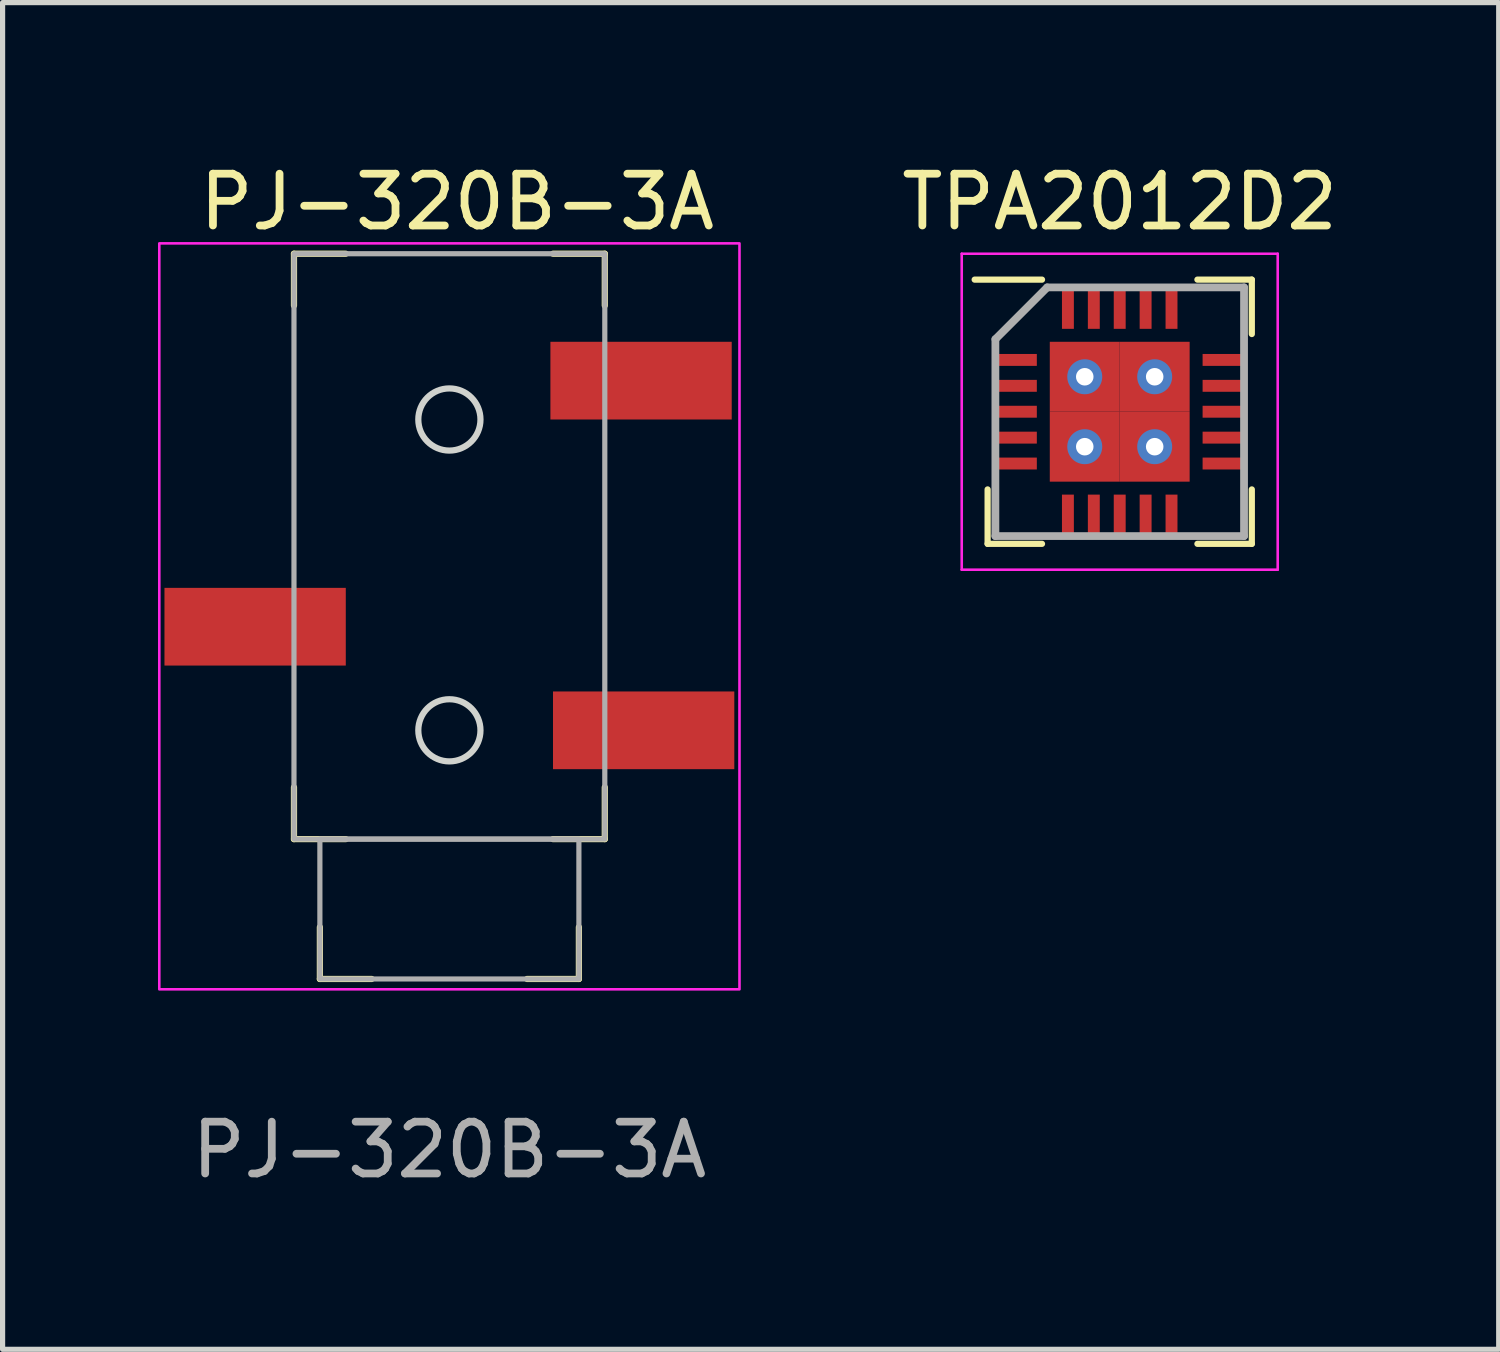
<source format=kicad_pcb>
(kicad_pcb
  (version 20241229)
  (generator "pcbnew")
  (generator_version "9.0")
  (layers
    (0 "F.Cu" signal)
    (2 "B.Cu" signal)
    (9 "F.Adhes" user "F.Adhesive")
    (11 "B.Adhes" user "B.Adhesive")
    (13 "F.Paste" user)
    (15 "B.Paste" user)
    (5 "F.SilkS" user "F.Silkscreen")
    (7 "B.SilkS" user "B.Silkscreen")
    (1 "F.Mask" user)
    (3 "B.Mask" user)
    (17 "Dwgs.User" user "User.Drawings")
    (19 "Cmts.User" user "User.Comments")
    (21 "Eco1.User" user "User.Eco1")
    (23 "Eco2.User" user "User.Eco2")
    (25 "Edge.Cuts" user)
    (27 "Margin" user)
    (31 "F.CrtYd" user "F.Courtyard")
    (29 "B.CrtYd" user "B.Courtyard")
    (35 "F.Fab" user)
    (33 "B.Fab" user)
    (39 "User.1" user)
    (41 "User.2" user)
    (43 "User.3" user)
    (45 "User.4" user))
  (footprint "TPA2012D2"
    (layer "F.Cu")
    (at 18.565 4.898)
    (property "Reference" "TPA2012D2" (at 0 -4.05 0) (layer "F.SilkS") (effects (font (size 1 1) (thickness 0.15))))
    (attr smd)
    (fp_line (start -2.55 2.55) (end -2.55 1.5) (stroke (width 0.12) (type solid)) (layer "F.SilkS"))
    (fp_line (start -1.5 -2.55) (end -2.8 -2.55) (stroke (width 0.12) (type solid)) (layer "F.SilkS"))
    (fp_line (start -1.5 2.55) (end -2.55 2.55) (stroke (width 0.12) (type solid)) (layer "F.SilkS"))
    (fp_line (start 1.5 -2.55) (end 2.55 -2.55) (stroke (width 0.12) (type solid)) (layer "F.SilkS"))
    (fp_line (start 1.5 2.55) (end 2.55 2.55) (stroke (width 0.12) (type solid)) (layer "F.SilkS"))
    (fp_line (start 2.55 -2.55) (end 2.55 -1.5) (stroke (width 0.12) (type solid)) (layer "F.SilkS"))
    (fp_line (start 2.55 2.55) (end 2.55 1.5) (stroke (width 0.12) (type solid)) (layer "F.SilkS"))
    (fp_line (start -3.05 -3.05) (end 3.05 -3.05) (stroke (width 0.05) (type solid)) (layer "F.CrtYd"))
    (fp_line (start -3.05 3.05) (end -3.05 -3.05) (stroke (width 0.05) (type solid)) (layer "F.CrtYd"))
    (fp_line (start 3.05 -3.05) (end 3.05 3.05) (stroke (width 0.05) (type solid)) (layer "F.CrtYd"))
    (fp_line (start 3.05 3.05) (end -3.05 3.05) (stroke (width 0.05) (type solid)) (layer "F.CrtYd"))
    (fp_line (start -2.4 -1.4) (end -2.4 2.4) (stroke (width 0.15) (type solid)) (layer "F.Fab"))
    (fp_line (start -2.4 2.4) (end 2.4 2.4) (stroke (width 0.15) (type solid)) (layer "F.Fab"))
    (fp_line (start -1.4 -2.4) (end -2.4 -1.4) (stroke (width 0.15) (type solid)) (layer "F.Fab"))
    (fp_line (start 2.4 -2.4) (end -1.4 -2.4) (stroke (width 0.15) (type solid)) (layer "F.Fab"))
    (fp_line (start 2.4 2.4) (end 2.4 -2.4) (stroke (width 0.15) (type solid)) (layer "F.Fab"))
    (pad "1" smd rect (at -2 -1 90) (size 0.23 0.8) (layers "F.Cu" "F.Mask" "F.Paste"))
    (pad "2" smd rect (at -2 -0.5 90) (size 0.23 0.8) (layers "F.Cu" "F.Mask" "F.Paste"))
    (pad "3" smd rect (at -2 0 90) (size 0.23 0.8) (layers "F.Cu" "F.Mask" "F.Paste"))
    (pad "4" smd rect (at -2 0.5 90) (size 0.23 0.8) (layers "F.Cu" "F.Mask" "F.Paste"))
    (pad "5" smd rect (at -2 1 90) (size 0.23 0.8) (layers "F.Cu" "F.Mask" "F.Paste"))
    (pad "6" smd rect (at -1 2) (size 0.23 0.8) (layers "F.Cu" "F.Mask" "F.Paste"))
    (pad "7" smd rect (at -0.5 2) (size 0.23 0.8) (layers "F.Cu" "F.Mask" "F.Paste"))
    (pad "8" smd rect (at 0 2) (size 0.23 0.8) (layers "F.Cu" "F.Mask" "F.Paste"))
    (pad "9" smd rect (at 0.5 2) (size 0.23 0.8) (layers "F.Cu" "F.Mask" "F.Paste"))
    (pad "10" smd rect (at 1 2) (size 0.23 0.8) (layers "F.Cu" "F.Mask" "F.Paste"))
    (pad "11" smd rect (at 2 1 90) (size 0.23 0.8) (layers "F.Cu" "F.Mask" "F.Paste"))
    (pad "12" smd rect (at 2 0.5 90) (size 0.23 0.8) (layers "F.Cu" "F.Mask" "F.Paste"))
    (pad "13" smd rect (at 2 0 90) (size 0.23 0.8) (layers "F.Cu" "F.Mask" "F.Paste"))
    (pad "14" smd rect (at 2 -0.5 90) (size 0.23 0.8) (layers "F.Cu" "F.Mask" "F.Paste"))
    (pad "15" smd rect (at 2 -1 90) (size 0.23 0.8) (layers "F.Cu" "F.Mask" "F.Paste"))
    (pad "16" smd rect (at 1 -2) (size 0.23 0.8) (layers "F.Cu" "F.Mask" "F.Paste"))
    (pad "17" smd rect (at 0.5 -2) (size 0.23 0.8) (layers "F.Cu" "F.Mask" "F.Paste"))
    (pad "18" thru_hole circle (at -0.675 -0.675) (size 0.675 0.675) (drill 0.338) (layers "*.Cu" "*.Mask"))
    (pad "18" smd rect (at -0.675 -0.675) (size 1.35 1.35) (layers "F.Cu" "F.Mask" "F.Paste"))
    (pad "18" thru_hole circle (at -0.675 0.675) (size 0.675 0.675) (drill 0.338) (layers "*.Cu" "*.Mask"))
    (pad "18" smd rect (at -0.675 0.675) (size 1.35 1.35) (layers "F.Cu" "F.Mask" "F.Paste"))
    (pad "18" smd rect (at 0 -2) (size 0.23 0.8) (layers "F.Cu" "F.Mask" "F.Paste"))
    (pad "18" thru_hole circle (at 0.675 -0.675) (size 0.675 0.675) (drill 0.338) (layers "*.Cu" "*.Mask"))
    (pad "18" smd rect (at 0.675 -0.675) (size 1.35 1.35) (layers "F.Cu" "F.Mask" "F.Paste"))
    (pad "18" thru_hole circle (at 0.675 0.675) (size 0.675 0.675) (drill 0.338) (layers "*.Cu" "*.Mask"))
    (pad "18" smd rect (at 0.675 0.675) (size 1.35 1.35) (layers "F.Cu" "F.Mask" "F.Paste"))
    (pad "19" smd rect (at -0.5 -2) (size 0.23 0.8) (layers "F.Cu" "F.Mask" "F.Paste"))
    (pad "20" smd rect (at -1 -2) (size 0.23 0.8) (layers "F.Cu" "F.Mask" "F.Paste")))
  (footprint "PJ-320B-3A"
    (layer "F.Cu")
    (at 5.625 13.148)
    (property "Reference" "PJ-320B-3A" (at 0.15 -12.3 0) (unlocked yes) (layer "F.SilkS") (effects (font (size 1 1) (thickness 0.15))))
    (attr smd)
    (fp_line (start -3 -11.3) (end -2 -11.3) (stroke (width 0.12) (type solid)) (layer "F.SilkS"))
    (fp_line (start -3 -10.3) (end -3 -11.3) (stroke (width 0.12) (type solid)) (layer "F.SilkS"))
    (fp_line (start -3 -1) (end -3 0) (stroke (width 0.12) (type solid)) (layer "F.SilkS"))
    (fp_line (start -3 0) (end -2 0) (stroke (width 0.12) (type solid)) (layer "F.SilkS"))
    (fp_line (start -2.5 1.7) (end -2.5 2.7) (stroke (width 0.12) (type solid)) (layer "F.SilkS"))
    (fp_line (start -2.5 2.7) (end -1.5 2.7) (stroke (width 0.12) (type solid)) (layer "F.SilkS"))
    (fp_line (start 2 -11.3) (end 3 -11.3) (stroke (width 0.12) (type solid)) (layer "F.SilkS"))
    (fp_line (start 2.5 1.7) (end 2.5 2.7) (stroke (width 0.12) (type solid)) (layer "F.SilkS"))
    (fp_line (start 2.5 2.7) (end 1.5 2.7) (stroke (width 0.12) (type solid)) (layer "F.SilkS"))
    (fp_line (start 3 -11.3) (end 3 -10.3) (stroke (width 0.12) (type solid)) (layer "F.SilkS"))
    (fp_line (start 3 -1) (end 3 0) (stroke (width 0.12) (type solid)) (layer "F.SilkS"))
    (fp_line (start 3 0) (end 2 0) (stroke (width 0.12) (type solid)) (layer "F.SilkS"))
    (fp_circle (center 0 -8.1) (end 0.6 -8.1) (stroke (width 0.12) (type solid)) (fill no) (layer "Edge.Cuts"))
    (fp_circle (center 0 -2.1) (end 0.6 -2.1) (stroke (width 0.12) (type solid)) (fill no) (layer "Edge.Cuts"))
    (fp_rect (start -5.6 -11.5) (end 5.6 2.9) (stroke (width 0.05) (type solid)) (fill no) (layer "F.CrtYd"))
    (fp_rect (start -3 0) (end 3 -11.3) (stroke (width 0.1) (type solid)) (fill no) (layer "F.Fab"))
    (fp_rect (start -2.5 0) (end 2.5 2.7) (stroke (width 0.1) (type solid)) (fill no) (layer "F.Fab"))
    (fp_text user "${REFERENCE}" (at 0 6 0) (unlocked yes) (layer "F.Fab") (effects (font (size 1 1) (thickness 0.15))))
    (pad "R" smd rect (at -3.75 -4.1) (size 3.5 1.5) (layers "F.Cu" "F.Mask" "F.Paste"))
    (pad "S" smd rect (at 3.75 -2.1) (size 3.5 1.5) (layers "F.Cu" "F.Mask" "F.Paste"))
    (pad "T" smd rect (at 3.7 -8.85) (size 3.5 1.5) (layers "F.Cu" "F.Mask" "F.Paste")))
  (gr_rect
    (start -3 -3)
    (end 25.881 22.997)
    (stroke (width 0.1) (type default))
    (fill no)
    (layer "Edge.Cuts")))
</source>
